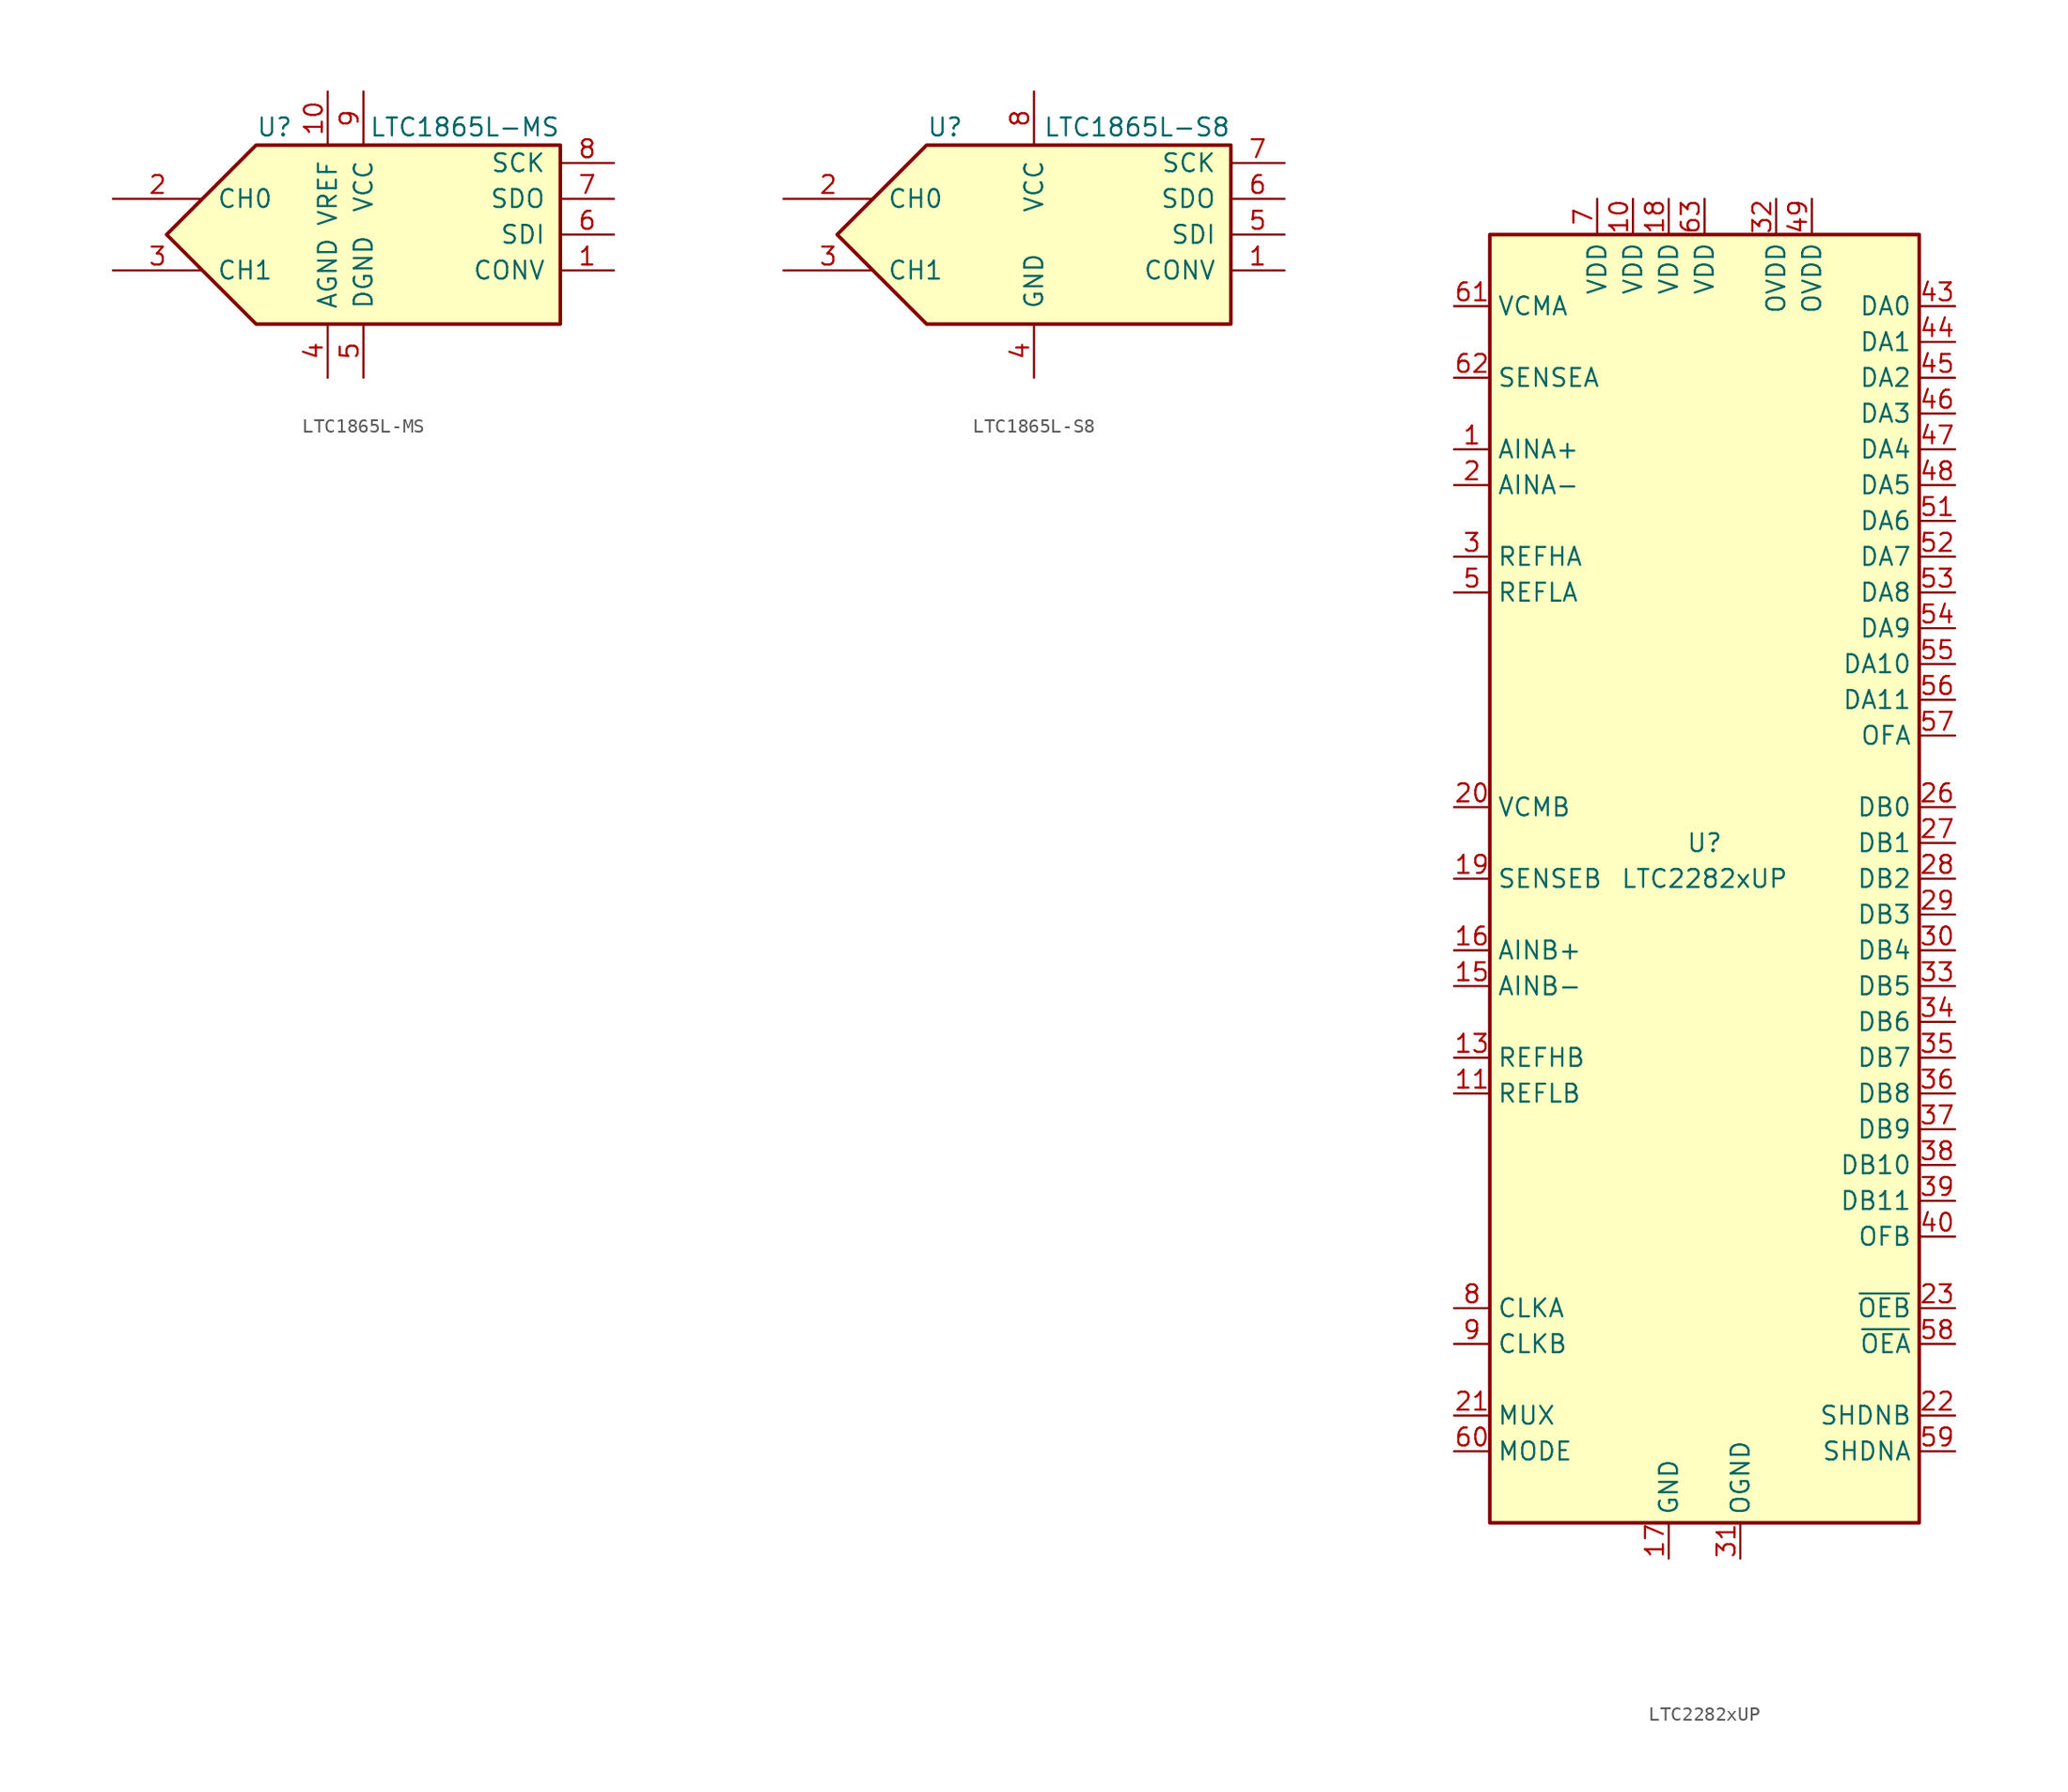
<source format=kicad_sym>
(kicad_symbol_lib
  (version 20201005)
  (generator kicad_symbol_editor)
  (symbol "Analog_ADC:LTC1865L-MS"
    (pin_names
      (offset 1.016))
    (property "Reference" "U"
      (at -10.16 7.62 0)
      (effects (font (size 1.27 1.27)) (justify left)))
    (property "Value" "LTC1865L-MS"
      (at 11.43 7.62 0)
      (effects (font (size 1.27 1.27)) (justify right)))
    (symbol "LTC1865L-MS_0_1"
      (polyline (pts (xy 11.43 6.35) (xy -10.16 6.35) (xy -16.51 0) (xy -10.16 -6.35) (xy 11.43 -6.35) (xy 11.43 6.35)) (stroke (width 0.254)) (fill (type background))))
    (symbol "LTC1865L-MS_1_1"
      (pin input line (at 15.24 -2.54 180) (length 3.81) (name "CONV" (effects (font (size 1.27 1.27)))) (number "1" (effects (font (size 1.27 1.27)))))
      (pin input line (at -5.08 10.16 270) (length 3.81) (name "VREF" (effects (font (size 1.27 1.27)))) (number "10" (effects (font (size 1.27 1.27)))))
      (pin input line (at -20.32 2.54 0) (length 6.35) (name "CH0" (effects (font (size 1.27 1.27)))) (number "2" (effects (font (size 1.27 1.27)))))
      (pin input line (at -20.32 -2.54 0) (length 6.35) (name "CH1" (effects (font (size 1.27 1.27)))) (number "3" (effects (font (size 1.27 1.27)))))
      (pin power_in line (at -5.08 -10.16 90) (length 3.81) (name "AGND" (effects (font (size 1.27 1.27)))) (number "4" (effects (font (size 1.27 1.27)))))
      (pin power_in line (at -2.54 -10.16 90) (length 3.81) (name "DGND" (effects (font (size 1.27 1.27)))) (number "5" (effects (font (size 1.27 1.27)))))
      (pin input line (at 15.24 0 180) (length 3.81) (name "SDI" (effects (font (size 1.27 1.27)))) (number "6" (effects (font (size 1.27 1.27)))))
      (pin output line (at 15.24 2.54 180) (length 3.81) (name "SDO" (effects (font (size 1.27 1.27)))) (number "7" (effects (font (size 1.27 1.27)))))
      (pin input line (at 15.24 5.08 180) (length 3.81) (name "SCK" (effects (font (size 1.27 1.27)))) (number "8" (effects (font (size 1.27 1.27)))))
      (pin power_in line (at -2.54 10.16 270) (length 3.81) (name "VCC" (effects (font (size 1.27 1.27)))) (number "9" (effects (font (size 1.27 1.27)))))))
  (symbol "Analog_ADC:LTC1865L-S8"
    (pin_names
      (offset 1.016))
    (property "Reference" "U"
      (at -10.16 7.62 0)
      (effects (font (size 1.27 1.27)) (justify left)))
    (property "Value" "LTC1865L-S8"
      (at 11.43 7.62 0)
      (effects (font (size 1.27 1.27)) (justify right)))
    (symbol "LTC1865L-S8_0_1"
      (polyline (pts (xy 11.43 6.35) (xy -10.16 6.35) (xy -16.51 0) (xy -10.16 -6.35) (xy 11.43 -6.35) (xy 11.43 6.35)) (stroke (width 0.254)) (fill (type background))))
    (symbol "LTC1865L-S8_1_1"
      (pin input line (at 15.24 -2.54 180) (length 3.81) (name "CONV" (effects (font (size 1.27 1.27)))) (number "1" (effects (font (size 1.27 1.27)))))
      (pin input line (at -20.32 2.54 0) (length 6.35) (name "CH0" (effects (font (size 1.27 1.27)))) (number "2" (effects (font (size 1.27 1.27)))))
      (pin input line (at -20.32 -2.54 0) (length 6.35) (name "CH1" (effects (font (size 1.27 1.27)))) (number "3" (effects (font (size 1.27 1.27)))))
      (pin power_in line (at -2.54 -10.16 90) (length 3.81) (name "GND" (effects (font (size 1.27 1.27)))) (number "4" (effects (font (size 1.27 1.27)))))
      (pin input line (at 15.24 0 180) (length 3.81) (name "SDI" (effects (font (size 1.27 1.27)))) (number "5" (effects (font (size 1.27 1.27)))))
      (pin output line (at 15.24 2.54 180) (length 3.81) (name "SDO" (effects (font (size 1.27 1.27)))) (number "6" (effects (font (size 1.27 1.27)))))
      (pin input line (at 15.24 5.08 180) (length 3.81) (name "SCK" (effects (font (size 1.27 1.27)))) (number "7" (effects (font (size 1.27 1.27)))))
      (pin power_in line (at -2.54 10.16 270) (length 3.81) (name "VCC" (effects (font (size 1.27 1.27)))) (number "8" (effects (font (size 1.27 1.27)))))))
  (symbol "Analog_ADC:LTC2282xUP"
    (property "Reference" "U"
      (at 0 2.54 0)
      (effects (font (size 1.27 1.27))))
    (property "Value" "LTC2282xUP"
      (at 0 0 0)
      (effects (font (size 1.27 1.27))))
    (symbol "LTC2282xUP_0_1"
      (rectangle (start -15.24 45.72) (end 15.24 -45.72) (stroke (width 0.254)) (fill (type background))))
    (symbol "LTC2282xUP_1_1"
      (pin input line (at -17.78 30.48 0) (length 2.54) (name "AINA+" (effects (font (size 1.27 1.27)))) (number "1" (effects (font (size 1.27 1.27)))))
      (pin power_in line (at -5.08 48.26 270) (length 2.54) (name "VDD" (effects (font (size 1.27 1.27)))) (number "10" (effects (font (size 1.27 1.27)))))
      (pin input line (at -17.78 -15.24 0) (length 2.54) (name "REFLB" (effects (font (size 1.27 1.27)))) (number "11" (effects (font (size 1.27 1.27)))))
      (pin input line (at -17.78 -15.24 0) (length 2.54) hide (name "REFLB" (effects (font (size 1.27 1.27)))) (number "12" (effects (font (size 1.27 1.27)))))
      (pin input line (at -17.78 -12.7 0) (length 2.54) (name "REFHB" (effects (font (size 1.27 1.27)))) (number "13" (effects (font (size 1.27 1.27)))))
      (pin input line (at -17.78 -12.7 0) (length 2.54) hide (name "REFHB" (effects (font (size 1.27 1.27)))) (number "14" (effects (font (size 1.27 1.27)))))
      (pin input line (at -17.78 -7.62 0) (length 2.54) (name "AINB-" (effects (font (size 1.27 1.27)))) (number "15" (effects (font (size 1.27 1.27)))))
      (pin input line (at -17.78 -5.08 0) (length 2.54) (name "AINB+" (effects (font (size 1.27 1.27)))) (number "16" (effects (font (size 1.27 1.27)))))
      (pin power_in line (at -2.54 -48.26 90) (length 2.54) (name "GND" (effects (font (size 1.27 1.27)))) (number "17" (effects (font (size 1.27 1.27)))))
      (pin power_in line (at -2.54 48.26 270) (length 2.54) (name "VDD" (effects (font (size 1.27 1.27)))) (number "18" (effects (font (size 1.27 1.27)))))
      (pin input line (at -17.78 0 0) (length 2.54) (name "SENSEB" (effects (font (size 1.27 1.27)))) (number "19" (effects (font (size 1.27 1.27)))))
      (pin input line (at -17.78 27.94 0) (length 2.54) (name "AINA-" (effects (font (size 1.27 1.27)))) (number "2" (effects (font (size 1.27 1.27)))))
      (pin passive line (at -17.78 5.08 0) (length 2.54) (name "VCMB" (effects (font (size 1.27 1.27)))) (number "20" (effects (font (size 1.27 1.27)))))
      (pin input line (at -17.78 -38.1 0) (length 2.54) (name "MUX" (effects (font (size 1.27 1.27)))) (number "21" (effects (font (size 1.27 1.27)))))
      (pin input line (at 17.78 -38.1 180) (length 2.54) (name "SHDNB" (effects (font (size 1.27 1.27)))) (number "22" (effects (font (size 1.27 1.27)))))
      (pin input line (at 17.78 -30.48 180) (length 2.54) (name "~OEB" (effects (font (size 1.27 1.27)))) (number "23" (effects (font (size 1.27 1.27)))))
      (pin no_connect line (at -15.24 -20.32 0) (length 2.54) hide (name "NC" (effects (font (size 1.27 1.27)))) (number "24" (effects (font (size 1.27 1.27)))))
      (pin no_connect line (at -15.24 -22.86 0) (length 2.54) hide (name "NC" (effects (font (size 1.27 1.27)))) (number "25" (effects (font (size 1.27 1.27)))))
      (pin output line (at 17.78 5.08 180) (length 2.54) (name "DB0" (effects (font (size 1.27 1.27)))) (number "26" (effects (font (size 1.27 1.27)))))
      (pin output line (at 17.78 2.54 180) (length 2.54) (name "DB1" (effects (font (size 1.27 1.27)))) (number "27" (effects (font (size 1.27 1.27)))))
      (pin output line (at 17.78 0 180) (length 2.54) (name "DB2" (effects (font (size 1.27 1.27)))) (number "28" (effects (font (size 1.27 1.27)))))
      (pin output line (at 17.78 -2.54 180) (length 2.54) (name "DB3" (effects (font (size 1.27 1.27)))) (number "29" (effects (font (size 1.27 1.27)))))
      (pin input line (at -17.78 22.86 0) (length 2.54) (name "REFHA" (effects (font (size 1.27 1.27)))) (number "3" (effects (font (size 1.27 1.27)))))
      (pin output line (at 17.78 -5.08 180) (length 2.54) (name "DB4" (effects (font (size 1.27 1.27)))) (number "30" (effects (font (size 1.27 1.27)))))
      (pin power_in line (at 2.54 -48.26 90) (length 2.54) (name "OGND" (effects (font (size 1.27 1.27)))) (number "31" (effects (font (size 1.27 1.27)))))
      (pin power_in line (at 5.08 48.26 270) (length 2.54) (name "OVDD" (effects (font (size 1.27 1.27)))) (number "32" (effects (font (size 1.27 1.27)))))
      (pin output line (at 17.78 -7.62 180) (length 2.54) (name "DB5" (effects (font (size 1.27 1.27)))) (number "33" (effects (font (size 1.27 1.27)))))
      (pin output line (at 17.78 -10.16 180) (length 2.54) (name "DB6" (effects (font (size 1.27 1.27)))) (number "34" (effects (font (size 1.27 1.27)))))
      (pin output line (at 17.78 -12.7 180) (length 2.54) (name "DB7" (effects (font (size 1.27 1.27)))) (number "35" (effects (font (size 1.27 1.27)))))
      (pin output line (at 17.78 -15.24 180) (length 2.54) (name "DB8" (effects (font (size 1.27 1.27)))) (number "36" (effects (font (size 1.27 1.27)))))
      (pin output line (at 17.78 -17.78 180) (length 2.54) (name "DB9" (effects (font (size 1.27 1.27)))) (number "37" (effects (font (size 1.27 1.27)))))
      (pin output line (at 17.78 -20.32 180) (length 2.54) (name "DB10" (effects (font (size 1.27 1.27)))) (number "38" (effects (font (size 1.27 1.27)))))
      (pin output line (at 17.78 -22.86 180) (length 2.54) (name "DB11" (effects (font (size 1.27 1.27)))) (number "39" (effects (font (size 1.27 1.27)))))
      (pin input line (at -17.78 22.86 0) (length 2.54) hide (name "REFHA" (effects (font (size 1.27 1.27)))) (number "4" (effects (font (size 1.27 1.27)))))
      (pin output line (at 17.78 -25.4 180) (length 2.54) (name "OFB" (effects (font (size 1.27 1.27)))) (number "40" (effects (font (size 1.27 1.27)))))
      (pin no_connect line (at -15.24 -25.4 0) (length 2.54) hide (name "NC" (effects (font (size 1.27 1.27)))) (number "41" (effects (font (size 1.27 1.27)))))
      (pin no_connect line (at -15.24 -27.94 0) (length 2.54) hide (name "NC" (effects (font (size 1.27 1.27)))) (number "42" (effects (font (size 1.27 1.27)))))
      (pin output line (at 17.78 40.64 180) (length 2.54) (name "DA0" (effects (font (size 1.27 1.27)))) (number "43" (effects (font (size 1.27 1.27)))))
      (pin output line (at 17.78 38.1 180) (length 2.54) (name "DA1" (effects (font (size 1.27 1.27)))) (number "44" (effects (font (size 1.27 1.27)))))
      (pin output line (at 17.78 35.56 180) (length 2.54) (name "DA2" (effects (font (size 1.27 1.27)))) (number "45" (effects (font (size 1.27 1.27)))))
      (pin output line (at 17.78 33.02 180) (length 2.54) (name "DA3" (effects (font (size 1.27 1.27)))) (number "46" (effects (font (size 1.27 1.27)))))
      (pin output line (at 17.78 30.48 180) (length 2.54) (name "DA4" (effects (font (size 1.27 1.27)))) (number "47" (effects (font (size 1.27 1.27)))))
      (pin output line (at 17.78 27.94 180) (length 2.54) (name "DA5" (effects (font (size 1.27 1.27)))) (number "48" (effects (font (size 1.27 1.27)))))
      (pin power_in line (at 7.62 48.26 270) (length 2.54) (name "OVDD" (effects (font (size 1.27 1.27)))) (number "49" (effects (font (size 1.27 1.27)))))
      (pin input line (at -17.78 20.32 0) (length 2.54) (name "REFLA" (effects (font (size 1.27 1.27)))) (number "5" (effects (font (size 1.27 1.27)))))
      (pin passive line (at 2.54 -48.26 90) (length 2.54) hide (name "OGND" (effects (font (size 1.27 1.27)))) (number "50" (effects (font (size 1.27 1.27)))))
      (pin output line (at 17.78 25.4 180) (length 2.54) (name "DA6" (effects (font (size 1.27 1.27)))) (number "51" (effects (font (size 1.27 1.27)))))
      (pin output line (at 17.78 22.86 180) (length 2.54) (name "DA7" (effects (font (size 1.27 1.27)))) (number "52" (effects (font (size 1.27 1.27)))))
      (pin output line (at 17.78 20.32 180) (length 2.54) (name "DA8" (effects (font (size 1.27 1.27)))) (number "53" (effects (font (size 1.27 1.27)))))
      (pin output line (at 17.78 17.78 180) (length 2.54) (name "DA9" (effects (font (size 1.27 1.27)))) (number "54" (effects (font (size 1.27 1.27)))))
      (pin output line (at 17.78 15.24 180) (length 2.54) (name "DA10" (effects (font (size 1.27 1.27)))) (number "55" (effects (font (size 1.27 1.27)))))
      (pin output line (at 17.78 12.7 180) (length 2.54) (name "DA11" (effects (font (size 1.27 1.27)))) (number "56" (effects (font (size 1.27 1.27)))))
      (pin output line (at 17.78 10.16 180) (length 2.54) (name "OFA" (effects (font (size 1.27 1.27)))) (number "57" (effects (font (size 1.27 1.27)))))
      (pin input line (at 17.78 -33.02 180) (length 2.54) (name "~OEA" (effects (font (size 1.27 1.27)))) (number "58" (effects (font (size 1.27 1.27)))))
      (pin input line (at 17.78 -40.64 180) (length 2.54) (name "SHDNA" (effects (font (size 1.27 1.27)))) (number "59" (effects (font (size 1.27 1.27)))))
      (pin input line (at -17.78 20.32 0) (length 2.54) hide (name "REFLA" (effects (font (size 1.27 1.27)))) (number "6" (effects (font (size 1.27 1.27)))))
      (pin input line (at -17.78 -40.64 0) (length 2.54) (name "MODE" (effects (font (size 1.27 1.27)))) (number "60" (effects (font (size 1.27 1.27)))))
      (pin passive line (at -17.78 40.64 0) (length 2.54) (name "VCMA" (effects (font (size 1.27 1.27)))) (number "61" (effects (font (size 1.27 1.27)))))
      (pin input line (at -17.78 35.56 0) (length 2.54) (name "SENSEA" (effects (font (size 1.27 1.27)))) (number "62" (effects (font (size 1.27 1.27)))))
      (pin power_in line (at 0 48.26 270) (length 2.54) (name "VDD" (effects (font (size 1.27 1.27)))) (number "63" (effects (font (size 1.27 1.27)))))
      (pin passive line (at -2.54 -48.26 90) (length 2.54) hide (name "GND" (effects (font (size 1.27 1.27)))) (number "64" (effects (font (size 1.27 1.27)))))
      (pin passive line (at -2.54 -48.26 90) (length 2.54) hide (name "GND" (effects (font (size 1.27 1.27)))) (number "65" (effects (font (size 1.27 1.27)))))
      (pin power_in line (at -7.62 48.26 270) (length 2.54) (name "VDD" (effects (font (size 1.27 1.27)))) (number "7" (effects (font (size 1.27 1.27)))))
      (pin input line (at -17.78 -30.48 0) (length 2.54) (name "CLKA" (effects (font (size 1.27 1.27)))) (number "8" (effects (font (size 1.27 1.27)))))
      (pin input line (at -17.78 -33.02 0) (length 2.54) (name "CLKB" (effects (font (size 1.27 1.27)))) (number "9" (effects (font (size 1.27 1.27))))))))
</source>
